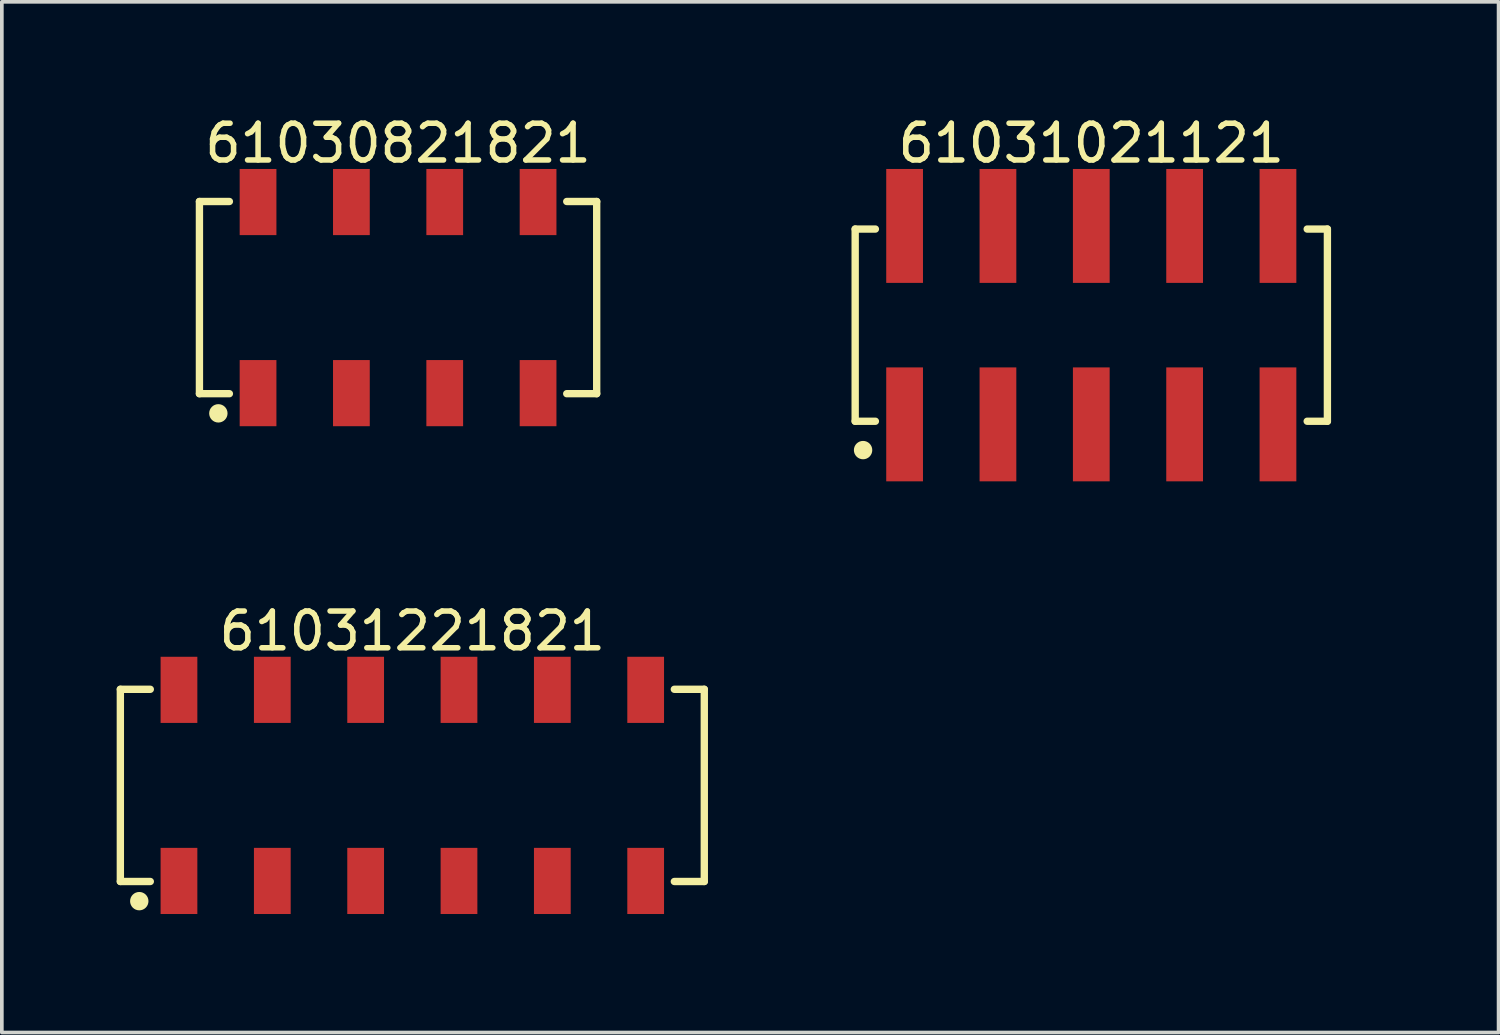
<source format=kicad_pcb>
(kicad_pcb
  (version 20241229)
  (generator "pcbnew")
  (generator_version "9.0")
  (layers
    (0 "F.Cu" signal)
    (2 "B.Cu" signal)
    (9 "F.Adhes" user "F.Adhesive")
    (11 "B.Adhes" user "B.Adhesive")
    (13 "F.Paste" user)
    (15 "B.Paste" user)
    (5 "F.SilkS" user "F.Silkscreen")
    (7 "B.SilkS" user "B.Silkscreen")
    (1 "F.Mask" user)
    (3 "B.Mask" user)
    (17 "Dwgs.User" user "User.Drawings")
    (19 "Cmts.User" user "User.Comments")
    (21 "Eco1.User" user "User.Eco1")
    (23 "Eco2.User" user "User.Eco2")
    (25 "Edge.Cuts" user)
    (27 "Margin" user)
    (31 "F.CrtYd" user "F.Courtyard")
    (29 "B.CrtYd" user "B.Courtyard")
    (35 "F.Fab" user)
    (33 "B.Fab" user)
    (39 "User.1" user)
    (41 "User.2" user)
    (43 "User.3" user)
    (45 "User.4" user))
  (footprint "61031021121"
    (layer "F.Cu")
    (at 26.646 5.798)
    (property "Reference" "61031021121" (at 0 -4.95 0) (layer "F.SilkS") (effects (font (size 1 1) (thickness 0.15))))
    (fp_line (start -6.425 -2.615) (end -5.875 -2.615) (stroke (width 0.2) (type solid)) (layer "F.SilkS"))
    (fp_line (start -6.425 2.615) (end -6.425 -2.615) (stroke (width 0.2) (type solid)) (layer "F.SilkS"))
    (fp_line (start -6.425 2.615) (end -5.875 2.615) (stroke (width 0.2) (type solid)) (layer "F.SilkS"))
    (fp_line (start 5.875 -2.615) (end 6.425 -2.615) (stroke (width 0.2) (type solid)) (layer "F.SilkS"))
    (fp_line (start 5.875 2.615) (end 6.425 2.615) (stroke (width 0.2) (type solid)) (layer "F.SilkS"))
    (fp_line (start 6.425 2.615) (end 6.425 -2.615) (stroke (width 0.2) (type solid)) (layer "F.SilkS"))
    (fp_circle (center -6.21 3.4) (end -6.21 3.275) (stroke (width 0.25) (type solid)) (fill no) (layer "F.SilkS"))
    (fp_line (start -6.625 -4.45) (end 6.625 -4.45) (stroke (width 0.05) (type solid)) (layer "Eco2.User"))
    (fp_line (start -6.625 4.45) (end -6.625 -4.45) (stroke (width 0.05) (type solid)) (layer "Eco2.User"))
    (fp_line (start -6.625 4.45) (end 6.625 4.45) (stroke (width 0.05) (type solid)) (layer "Eco2.User"))
    (fp_line (start -6.35 -2.54) (end 6.35 -2.54) (stroke (width 0.1) (type solid)) (layer "Eco2.User"))
    (fp_line (start -6.35 2.54) (end -6.35 -2.54) (stroke (width 0.1) (type solid)) (layer "Eco2.User"))
    (fp_line (start -6.35 2.54) (end 6.35 2.54) (stroke (width 0.1) (type solid)) (layer "Eco2.User"))
    (fp_line (start -5.4 -3.75) (end -4.76 -3.75) (stroke (width 0.1) (type solid)) (layer "Eco2.User"))
    (fp_line (start -5.4 -2.54) (end -5.4 -3.75) (stroke (width 0.1) (type solid)) (layer "Eco2.User"))
    (fp_line (start -5.4 3.75) (end -5.4 2.54) (stroke (width 0.1) (type solid)) (layer "Eco2.User"))
    (fp_line (start -5.4 3.75) (end -4.76 3.75) (stroke (width 0.1) (type solid)) (layer "Eco2.User"))
    (fp_line (start -4.76 -2.54) (end -4.76 -3.75) (stroke (width 0.1) (type solid)) (layer "Eco2.User"))
    (fp_line (start -4.76 3.75) (end -4.76 2.54) (stroke (width 0.1) (type solid)) (layer "Eco2.User"))
    (fp_line (start -2.86 -3.75) (end -2.22 -3.75) (stroke (width 0.1) (type solid)) (layer "Eco2.User"))
    (fp_line (start -2.86 -2.54) (end -2.86 -3.75) (stroke (width 0.1) (type solid)) (layer "Eco2.User"))
    (fp_line (start -2.86 3.75) (end -2.86 2.54) (stroke (width 0.1) (type solid)) (layer "Eco2.User"))
    (fp_line (start -2.86 3.75) (end -2.22 3.75) (stroke (width 0.1) (type solid)) (layer "Eco2.User"))
    (fp_line (start -2.22 -2.54) (end -2.22 -3.75) (stroke (width 0.1) (type solid)) (layer "Eco2.User"))
    (fp_line (start -2.22 3.75) (end -2.22 2.54) (stroke (width 0.1) (type solid)) (layer "Eco2.User"))
    (fp_line (start -0.5 0) (end 0.5 0) (stroke (width 0.05) (type solid)) (layer "Eco2.User"))
    (fp_line (start -0.32 -3.75) (end 0.32 -3.75) (stroke (width 0.1) (type solid)) (layer "Eco2.User"))
    (fp_line (start -0.32 -2.54) (end -0.32 -3.75) (stroke (width 0.1) (type solid)) (layer "Eco2.User"))
    (fp_line (start -0.32 3.75) (end -0.32 2.54) (stroke (width 0.1) (type solid)) (layer "Eco2.User"))
    (fp_line (start -0.32 3.75) (end 0.32 3.75) (stroke (width 0.1) (type solid)) (layer "Eco2.User"))
    (fp_line (start 0 0.5) (end 0 -0.5) (stroke (width 0.05) (type solid)) (layer "Eco2.User"))
    (fp_line (start 0.32 -2.54) (end 0.32 -3.75) (stroke (width 0.1) (type solid)) (layer "Eco2.User"))
    (fp_line (start 0.32 3.75) (end 0.32 2.54) (stroke (width 0.1) (type solid)) (layer "Eco2.User"))
    (fp_line (start 2.22 -3.75) (end 2.86 -3.75) (stroke (width 0.1) (type solid)) (layer "Eco2.User"))
    (fp_line (start 2.22 -2.54) (end 2.22 -3.75) (stroke (width 0.1) (type solid)) (layer "Eco2.User"))
    (fp_line (start 2.22 3.75) (end 2.22 2.54) (stroke (width 0.1) (type solid)) (layer "Eco2.User"))
    (fp_line (start 2.22 3.75) (end 2.86 3.75) (stroke (width 0.1) (type solid)) (layer "Eco2.User"))
    (fp_line (start 2.86 -2.54) (end 2.86 -3.75) (stroke (width 0.1) (type solid)) (layer "Eco2.User"))
    (fp_line (start 2.86 3.75) (end 2.86 2.54) (stroke (width 0.1) (type solid)) (layer "Eco2.User"))
    (fp_line (start 4.76 -3.75) (end 5.4 -3.75) (stroke (width 0.1) (type solid)) (layer "Eco2.User"))
    (fp_line (start 4.76 -2.54) (end 4.76 -3.75) (stroke (width 0.1) (type solid)) (layer "Eco2.User"))
    (fp_line (start 4.76 3.75) (end 4.76 2.54) (stroke (width 0.1) (type solid)) (layer "Eco2.User"))
    (fp_line (start 4.76 3.75) (end 5.4 3.75) (stroke (width 0.1) (type solid)) (layer "Eco2.User"))
    (fp_line (start 5.4 -2.54) (end 5.4 -3.75) (stroke (width 0.1) (type solid)) (layer "Eco2.User"))
    (fp_line (start 5.4 3.75) (end 5.4 2.54) (stroke (width 0.1) (type solid)) (layer "Eco2.User"))
    (fp_line (start 6.35 2.54) (end 6.35 -2.54) (stroke (width 0.1) (type solid)) (layer "Eco2.User"))
    (fp_line (start 6.625 4.45) (end 6.625 -4.45) (stroke (width 0.05) (type solid)) (layer "Eco2.User"))
    (fp_text user "${REFERENCE}" (at 0.15 -0.197 0) (unlocked yes) (layer "User.3") (effects (font (size 1.5 1.5) (thickness 0.15))))
    (pad "1" smd rect (at -5.08 2.7) (size 1 3.1) (layers "F.Cu" "F.Mask" "F.Paste"))
    (pad "2" smd rect (at -5.08 -2.7) (size 1 3.1) (layers "F.Cu" "F.Mask" "F.Paste"))
    (pad "3" smd rect (at -2.54 2.7) (size 1 3.1) (layers "F.Cu" "F.Mask" "F.Paste"))
    (pad "4" smd rect (at -2.54 -2.7) (size 1 3.1) (layers "F.Cu" "F.Mask" "F.Paste"))
    (pad "5" smd rect (at 0 2.7) (size 1 3.1) (layers "F.Cu" "F.Mask" "F.Paste"))
    (pad "6" smd rect (at 0 -2.7) (size 1 3.1) (layers "F.Cu" "F.Mask" "F.Paste"))
    (pad "7" smd rect (at 2.54 2.7) (size 1 3.1) (layers "F.Cu" "F.Mask" "F.Paste"))
    (pad "8" smd rect (at 2.54 -2.7) (size 1 3.1) (layers "F.Cu" "F.Mask" "F.Paste"))
    (pad "9" smd rect (at 5.08 2.7) (size 1 3.1) (layers "F.Cu" "F.Mask" "F.Paste"))
    (pad "10" smd rect (at 5.08 -2.7) (size 1 3.1) (layers "F.Cu" "F.Mask" "F.Paste")))
  (footprint "61031221821"
    (layer "F.Cu")
    (at 8.17 18.322)
    (property "Reference" "61031221821" (at 0 -4.2 0) (layer "F.SilkS") (effects (font (size 1 1) (thickness 0.15))))
    (fp_line (start -7.945 -2.615) (end -7.13 -2.615) (stroke (width 0.2) (type solid)) (layer "F.SilkS"))
    (fp_line (start -7.945 2.615) (end -7.945 -2.615) (stroke (width 0.2) (type solid)) (layer "F.SilkS"))
    (fp_line (start -7.945 2.615) (end -7.13 2.615) (stroke (width 0.2) (type solid)) (layer "F.SilkS"))
    (fp_line (start 7.13 -2.615) (end 7.945 -2.615) (stroke (width 0.2) (type solid)) (layer "F.SilkS"))
    (fp_line (start 7.13 2.615) (end 7.945 2.615) (stroke (width 0.2) (type solid)) (layer "F.SilkS"))
    (fp_line (start 7.945 2.615) (end 7.945 -2.615) (stroke (width 0.2) (type solid)) (layer "F.SilkS"))
    (fp_circle (center -7.43 3.15) (end -7.43 3.025) (stroke (width 0.25) (type solid)) (fill no) (layer "F.SilkS"))
    (fp_line (start -8.145 -3.7) (end 8.145 -3.7) (stroke (width 0.05) (type solid)) (layer "Eco2.User"))
    (fp_line (start -8.145 3.7) (end -8.145 -3.7) (stroke (width 0.05) (type solid)) (layer "Eco2.User"))
    (fp_line (start -8.145 3.7) (end 8.145 3.7) (stroke (width 0.05) (type solid)) (layer "Eco2.User"))
    (fp_line (start -7.87 -2.54) (end 7.87 -2.54) (stroke (width 0.1) (type solid)) (layer "Eco2.User"))
    (fp_line (start -7.87 2.54) (end -7.87 -2.54) (stroke (width 0.1) (type solid)) (layer "Eco2.User"))
    (fp_line (start -7.87 2.54) (end 7.87 2.54) (stroke (width 0.1) (type solid)) (layer "Eco2.User"))
    (fp_line (start -6.67 -3.35) (end -6.03 -3.35) (stroke (width 0.1) (type solid)) (layer "Eco2.User"))
    (fp_line (start -6.67 -2.54) (end -6.67 -3.35) (stroke (width 0.1) (type solid)) (layer "Eco2.User"))
    (fp_line (start -6.67 3.35) (end -6.67 2.54) (stroke (width 0.1) (type solid)) (layer "Eco2.User"))
    (fp_line (start -6.67 3.35) (end -6.03 3.35) (stroke (width 0.1) (type solid)) (layer "Eco2.User"))
    (fp_line (start -6.03 -2.54) (end -6.03 -3.35) (stroke (width 0.1) (type solid)) (layer "Eco2.User"))
    (fp_line (start -6.03 3.35) (end -6.03 2.54) (stroke (width 0.1) (type solid)) (layer "Eco2.User"))
    (fp_line (start -4.13 -3.35) (end -3.49 -3.35) (stroke (width 0.1) (type solid)) (layer "Eco2.User"))
    (fp_line (start -4.13 -2.54) (end -4.13 -3.35) (stroke (width 0.1) (type solid)) (layer "Eco2.User"))
    (fp_line (start -4.13 3.35) (end -4.13 2.54) (stroke (width 0.1) (type solid)) (layer "Eco2.User"))
    (fp_line (start -4.13 3.35) (end -3.49 3.35) (stroke (width 0.1) (type solid)) (layer "Eco2.User"))
    (fp_line (start -3.49 -2.54) (end -3.49 -3.35) (stroke (width 0.1) (type solid)) (layer "Eco2.User"))
    (fp_line (start -3.49 3.35) (end -3.49 2.54) (stroke (width 0.1) (type solid)) (layer "Eco2.User"))
    (fp_line (start -1.59 -3.35) (end -0.95 -3.35) (stroke (width 0.1) (type solid)) (layer "Eco2.User"))
    (fp_line (start -1.59 -2.54) (end -1.59 -3.35) (stroke (width 0.1) (type solid)) (layer "Eco2.User"))
    (fp_line (start -1.59 3.35) (end -1.59 2.54) (stroke (width 0.1) (type solid)) (layer "Eco2.User"))
    (fp_line (start -1.59 3.35) (end -0.95 3.35) (stroke (width 0.1) (type solid)) (layer "Eco2.User"))
    (fp_line (start -0.95 -2.54) (end -0.95 -3.35) (stroke (width 0.1) (type solid)) (layer "Eco2.User"))
    (fp_line (start -0.95 3.35) (end -0.95 2.54) (stroke (width 0.1) (type solid)) (layer "Eco2.User"))
    (fp_line (start -0.5 0) (end 0.5 0) (stroke (width 0.05) (type solid)) (layer "Eco2.User"))
    (fp_line (start 0 0.5) (end 0 -0.5) (stroke (width 0.05) (type solid)) (layer "Eco2.User"))
    (fp_line (start 0.95 -3.35) (end 1.59 -3.35) (stroke (width 0.1) (type solid)) (layer "Eco2.User"))
    (fp_line (start 0.95 -2.54) (end 0.95 -3.35) (stroke (width 0.1) (type solid)) (layer "Eco2.User"))
    (fp_line (start 0.95 3.35) (end 0.95 2.54) (stroke (width 0.1) (type solid)) (layer "Eco2.User"))
    (fp_line (start 0.95 3.35) (end 1.59 3.35) (stroke (width 0.1) (type solid)) (layer "Eco2.User"))
    (fp_line (start 1.59 -2.54) (end 1.59 -3.35) (stroke (width 0.1) (type solid)) (layer "Eco2.User"))
    (fp_line (start 1.59 3.35) (end 1.59 2.54) (stroke (width 0.1) (type solid)) (layer "Eco2.User"))
    (fp_line (start 3.49 -3.35) (end 4.13 -3.35) (stroke (width 0.1) (type solid)) (layer "Eco2.User"))
    (fp_line (start 3.49 -2.54) (end 3.49 -3.35) (stroke (width 0.1) (type solid)) (layer "Eco2.User"))
    (fp_line (start 3.49 3.35) (end 3.49 2.54) (stroke (width 0.1) (type solid)) (layer "Eco2.User"))
    (fp_line (start 3.49 3.35) (end 4.13 3.35) (stroke (width 0.1) (type solid)) (layer "Eco2.User"))
    (fp_line (start 4.13 -2.54) (end 4.13 -3.35) (stroke (width 0.1) (type solid)) (layer "Eco2.User"))
    (fp_line (start 4.13 3.35) (end 4.13 2.54) (stroke (width 0.1) (type solid)) (layer "Eco2.User"))
    (fp_line (start 6.03 -3.35) (end 6.67 -3.35) (stroke (width 0.1) (type solid)) (layer "Eco2.User"))
    (fp_line (start 6.03 -2.54) (end 6.03 -3.35) (stroke (width 0.1) (type solid)) (layer "Eco2.User"))
    (fp_line (start 6.03 3.35) (end 6.03 2.54) (stroke (width 0.1) (type solid)) (layer "Eco2.User"))
    (fp_line (start 6.03 3.35) (end 6.67 3.35) (stroke (width 0.1) (type solid)) (layer "Eco2.User"))
    (fp_line (start 6.67 -2.54) (end 6.67 -3.35) (stroke (width 0.1) (type solid)) (layer "Eco2.User"))
    (fp_line (start 6.67 3.35) (end 6.67 2.54) (stroke (width 0.1) (type solid)) (layer "Eco2.User"))
    (fp_line (start 7.87 2.54) (end 7.87 -2.54) (stroke (width 0.1) (type solid)) (layer "Eco2.User"))
    (fp_line (start 8.145 3.7) (end 8.145 -3.7) (stroke (width 0.05) (type solid)) (layer "Eco2.User"))
    (fp_text user "${REFERENCE}" (at 0.15 -0.197 0) (unlocked yes) (layer "User.3") (effects (font (size 1.5 1.5) (thickness 0.15))))
    (pad "1" smd rect (at -6.35 2.6) (size 1 1.8) (layers "F.Cu" "F.Mask" "F.Paste"))
    (pad "2" smd rect (at -6.35 -2.6) (size 1 1.8) (layers "F.Cu" "F.Mask" "F.Paste"))
    (pad "3" smd rect (at -3.81 2.6) (size 1 1.8) (layers "F.Cu" "F.Mask" "F.Paste"))
    (pad "4" smd rect (at -3.81 -2.6) (size 1 1.8) (layers "F.Cu" "F.Mask" "F.Paste"))
    (pad "5" smd rect (at -1.27 2.6) (size 1 1.8) (layers "F.Cu" "F.Mask" "F.Paste"))
    (pad "6" smd rect (at -1.27 -2.6) (size 1 1.8) (layers "F.Cu" "F.Mask" "F.Paste"))
    (pad "7" smd rect (at 1.27 2.6) (size 1 1.8) (layers "F.Cu" "F.Mask" "F.Paste"))
    (pad "8" smd rect (at 1.27 -2.6) (size 1 1.8) (layers "F.Cu" "F.Mask" "F.Paste"))
    (pad "9" smd rect (at 3.81 2.6) (size 1 1.8) (layers "F.Cu" "F.Mask" "F.Paste"))
    (pad "10" smd rect (at 3.81 -2.6) (size 1 1.8) (layers "F.Cu" "F.Mask" "F.Paste"))
    (pad "11" smd rect (at 6.35 2.6) (size 1 1.8) (layers "F.Cu" "F.Mask" "F.Paste"))
    (pad "12" smd rect (at 6.35 -2.6) (size 1 1.8) (layers "F.Cu" "F.Mask" "F.Paste")))
  (footprint "61030821821"
    (layer "F.Cu")
    (at 7.782 5.048)
    (property "Reference" "61030821821" (at 0 -4.2 0) (layer "F.SilkS") (effects (font (size 1 1) (thickness 0.15))))
    (fp_line (start -5.405 -2.615) (end -4.59 -2.615) (stroke (width 0.2) (type solid)) (layer "F.SilkS"))
    (fp_line (start -5.405 2.615) (end -5.405 -2.615) (stroke (width 0.2) (type solid)) (layer "F.SilkS"))
    (fp_line (start -5.405 2.615) (end -4.59 2.615) (stroke (width 0.2) (type solid)) (layer "F.SilkS"))
    (fp_line (start 4.59 -2.615) (end 5.405 -2.615) (stroke (width 0.2) (type solid)) (layer "F.SilkS"))
    (fp_line (start 4.59 2.615) (end 5.405 2.615) (stroke (width 0.2) (type solid)) (layer "F.SilkS"))
    (fp_line (start 5.405 2.615) (end 5.405 -2.615) (stroke (width 0.2) (type solid)) (layer "F.SilkS"))
    (fp_circle (center -4.89 3.15) (end -4.89 3.025) (stroke (width 0.25) (type solid)) (fill no) (layer "F.SilkS"))
    (fp_line (start -5.605 -3.7) (end 5.605 -3.7) (stroke (width 0.05) (type solid)) (layer "Eco2.User"))
    (fp_line (start -5.605 3.7) (end -5.605 -3.7) (stroke (width 0.05) (type solid)) (layer "Eco2.User"))
    (fp_line (start -5.605 3.7) (end 5.605 3.7) (stroke (width 0.05) (type solid)) (layer "Eco2.User"))
    (fp_line (start -5.33 -2.54) (end 5.33 -2.54) (stroke (width 0.1) (type solid)) (layer "Eco2.User"))
    (fp_line (start -5.33 2.54) (end -5.33 -2.54) (stroke (width 0.1) (type solid)) (layer "Eco2.User"))
    (fp_line (start -5.33 2.54) (end 5.33 2.54) (stroke (width 0.1) (type solid)) (layer "Eco2.User"))
    (fp_line (start -4.13 -3.35) (end -3.49 -3.35) (stroke (width 0.1) (type solid)) (layer "Eco2.User"))
    (fp_line (start -4.13 -2.54) (end -4.13 -3.35) (stroke (width 0.1) (type solid)) (layer "Eco2.User"))
    (fp_line (start -4.13 3.35) (end -4.13 2.54) (stroke (width 0.1) (type solid)) (layer "Eco2.User"))
    (fp_line (start -4.13 3.35) (end -3.49 3.35) (stroke (width 0.1) (type solid)) (layer "Eco2.User"))
    (fp_line (start -3.49 -2.54) (end -3.49 -3.35) (stroke (width 0.1) (type solid)) (layer "Eco2.User"))
    (fp_line (start -3.49 3.35) (end -3.49 2.54) (stroke (width 0.1) (type solid)) (layer "Eco2.User"))
    (fp_line (start -1.59 -3.35) (end -0.95 -3.35) (stroke (width 0.1) (type solid)) (layer "Eco2.User"))
    (fp_line (start -1.59 -2.54) (end -1.59 -3.35) (stroke (width 0.1) (type solid)) (layer "Eco2.User"))
    (fp_line (start -1.59 3.35) (end -1.59 2.54) (stroke (width 0.1) (type solid)) (layer "Eco2.User"))
    (fp_line (start -1.59 3.35) (end -0.95 3.35) (stroke (width 0.1) (type solid)) (layer "Eco2.User"))
    (fp_line (start -0.95 -2.54) (end -0.95 -3.35) (stroke (width 0.1) (type solid)) (layer "Eco2.User"))
    (fp_line (start -0.95 3.35) (end -0.95 2.54) (stroke (width 0.1) (type solid)) (layer "Eco2.User"))
    (fp_line (start -0.5 0) (end 0.5 0) (stroke (width 0.05) (type solid)) (layer "Eco2.User"))
    (fp_line (start 0 0.5) (end 0 -0.5) (stroke (width 0.05) (type solid)) (layer "Eco2.User"))
    (fp_line (start 0.95 -3.35) (end 1.59 -3.35) (stroke (width 0.1) (type solid)) (layer "Eco2.User"))
    (fp_line (start 0.95 -2.54) (end 0.95 -3.35) (stroke (width 0.1) (type solid)) (layer "Eco2.User"))
    (fp_line (start 0.95 3.35) (end 0.95 2.54) (stroke (width 0.1) (type solid)) (layer "Eco2.User"))
    (fp_line (start 0.95 3.35) (end 1.59 3.35) (stroke (width 0.1) (type solid)) (layer "Eco2.User"))
    (fp_line (start 1.59 -2.54) (end 1.59 -3.35) (stroke (width 0.1) (type solid)) (layer "Eco2.User"))
    (fp_line (start 1.59 3.35) (end 1.59 2.54) (stroke (width 0.1) (type solid)) (layer "Eco2.User"))
    (fp_line (start 3.49 -3.35) (end 4.13 -3.35) (stroke (width 0.1) (type solid)) (layer "Eco2.User"))
    (fp_line (start 3.49 -2.54) (end 3.49 -3.35) (stroke (width 0.1) (type solid)) (layer "Eco2.User"))
    (fp_line (start 3.49 3.35) (end 3.49 2.54) (stroke (width 0.1) (type solid)) (layer "Eco2.User"))
    (fp_line (start 3.49 3.35) (end 4.13 3.35) (stroke (width 0.1) (type solid)) (layer "Eco2.User"))
    (fp_line (start 4.13 -2.54) (end 4.13 -3.35) (stroke (width 0.1) (type solid)) (layer "Eco2.User"))
    (fp_line (start 4.13 3.35) (end 4.13 2.54) (stroke (width 0.1) (type solid)) (layer "Eco2.User"))
    (fp_line (start 5.33 2.54) (end 5.33 -2.54) (stroke (width 0.1) (type solid)) (layer "Eco2.User"))
    (fp_line (start 5.605 3.7) (end 5.605 -3.7) (stroke (width 0.05) (type solid)) (layer "Eco2.User"))
    (fp_text user "${REFERENCE}" (at 0.15 -0.197 0) (unlocked yes) (layer "User.3") (effects (font (size 1.5 1.5) (thickness 0.15))))
    (pad "1" smd rect (at -3.81 2.6) (size 1 1.8) (layers "F.Cu" "F.Mask" "F.Paste"))
    (pad "2" smd rect (at -3.81 -2.6) (size 1 1.8) (layers "F.Cu" "F.Mask" "F.Paste"))
    (pad "3" smd rect (at -1.27 2.6) (size 1 1.8) (layers "F.Cu" "F.Mask" "F.Paste"))
    (pad "4" smd rect (at -1.27 -2.6) (size 1 1.8) (layers "F.Cu" "F.Mask" "F.Paste"))
    (pad "5" smd rect (at 1.27 2.6) (size 1 1.8) (layers "F.Cu" "F.Mask" "F.Paste"))
    (pad "6" smd rect (at 1.27 -2.6) (size 1 1.8) (layers "F.Cu" "F.Mask" "F.Paste"))
    (pad "7" smd rect (at 3.81 2.6) (size 1 1.8) (layers "F.Cu" "F.Mask" "F.Paste"))
    (pad "8" smd rect (at 3.81 -2.6) (size 1 1.8) (layers "F.Cu" "F.Mask" "F.Paste")))
  (gr_rect
    (start -3 -3)
    (end 37.729 25.047)
    (stroke (width 0.1) (type default))
    (fill no)
    (layer "Edge.Cuts")))
</source>
